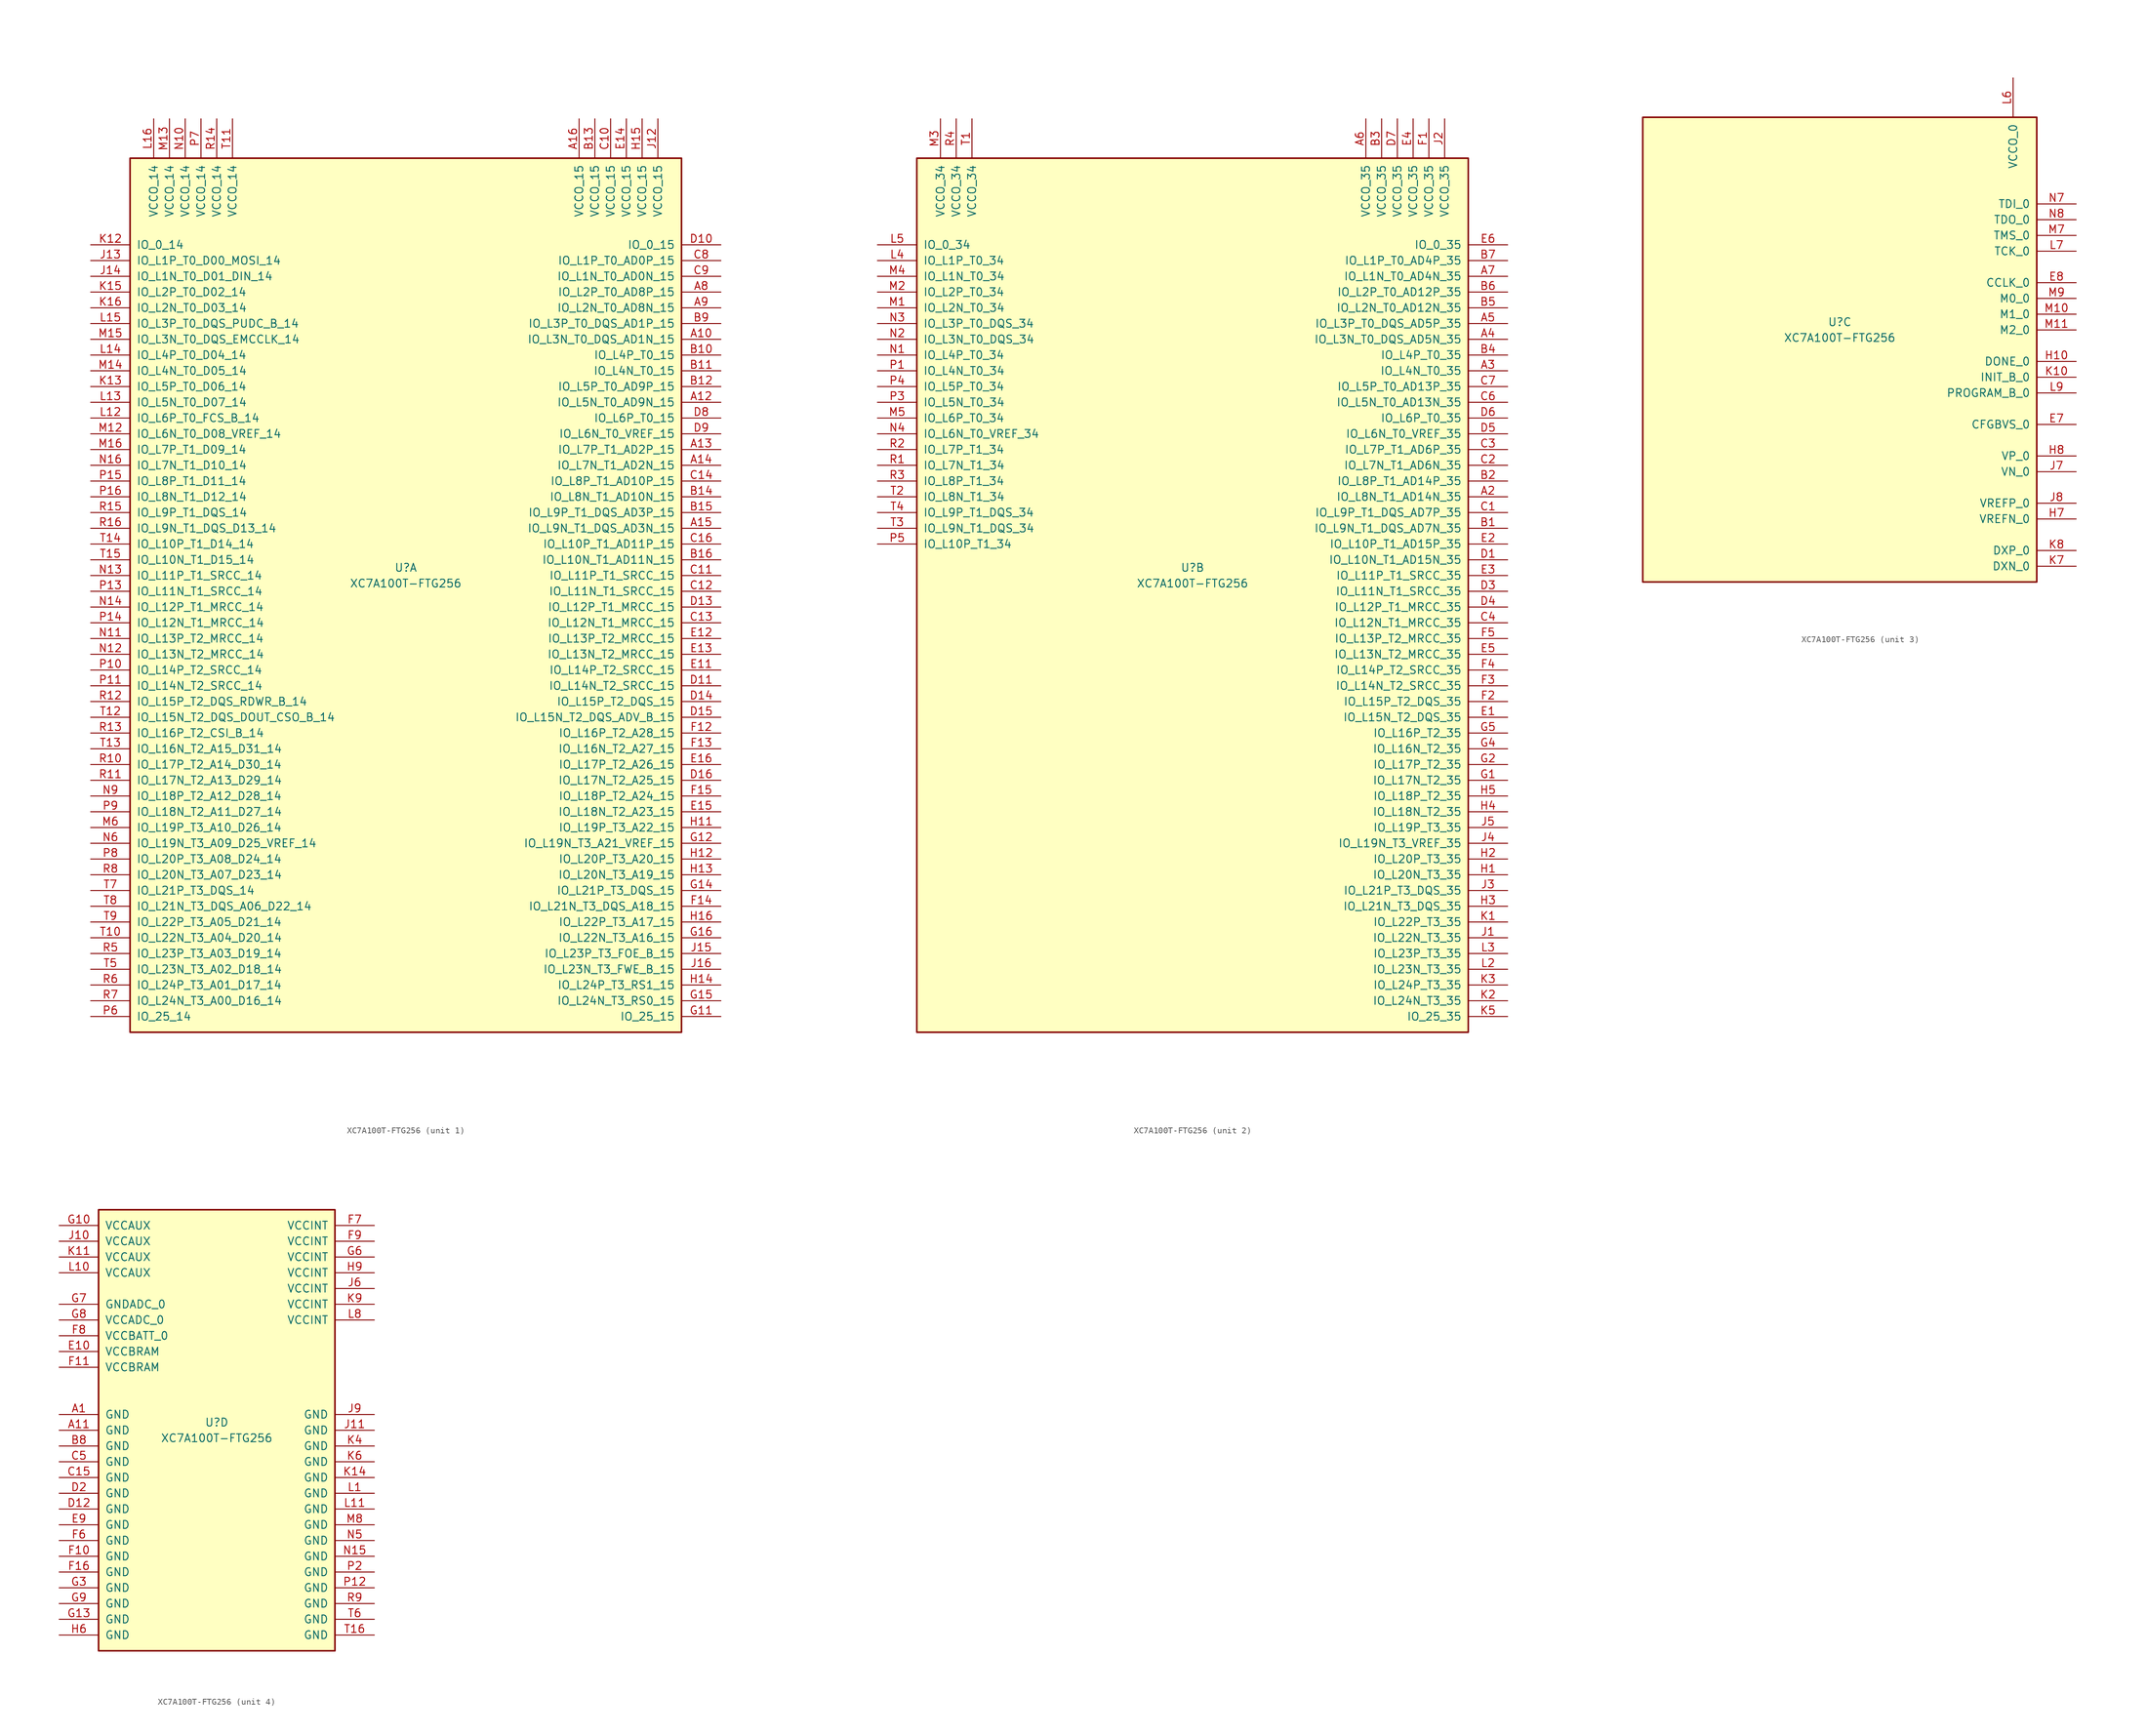
<source format=kicad_sym>
(kicad_symbol_lib
  (version 20231120)
  (generator "kicad_symbol_editor")
  (generator_version "8.0")
  (symbol "XC7A100T-FTG256"
    (pin_names
      (offset 1.016))
    (property "Reference" "U"
      (at 0 1.27 0)
      (effects (font (size 1.27 1.27))))
    (property "Value" "XC7A100T-FTG256"
      (at 0 -1.27 0)
      (effects (font (size 1.27 1.27))))
    (property "Datasheet" ""
      (at 0 0 0)
      (effects (font (size 1.27 1.27))))
    (property "ki_locked" ""
      (at 0 0 0)
      (effects (font (size 1.27 1.27))))
    (symbol "XC7A100T-FTG256_1_1"
      (rectangle (start -44.45 67.31) (end 44.45 -73.66) (stroke (width 0.254) (type solid)) (fill (type background)))
      (pin bidirectional line (at 50.8 38.1 180) (length 6.35) (name "IO_L3N_T0_DQS_AD1N_15" (effects (font (size 1.27 1.27)))) (number "A10" (effects (font (size 1.27 1.27)))))
      (pin bidirectional line (at 50.8 27.94 180) (length 6.35) (name "IO_L5N_T0_AD9N_15" (effects (font (size 1.27 1.27)))) (number "A12" (effects (font (size 1.27 1.27)))))
      (pin bidirectional line (at 50.8 20.32 180) (length 6.35) (name "IO_L7P_T1_AD2P_15" (effects (font (size 1.27 1.27)))) (number "A13" (effects (font (size 1.27 1.27)))))
      (pin bidirectional line (at 50.8 17.78 180) (length 6.35) (name "IO_L7N_T1_AD2N_15" (effects (font (size 1.27 1.27)))) (number "A14" (effects (font (size 1.27 1.27)))))
      (pin bidirectional line (at 50.8 7.62 180) (length 6.35) (name "IO_L9N_T1_DQS_AD3N_15" (effects (font (size 1.27 1.27)))) (number "A15" (effects (font (size 1.27 1.27)))))
      (pin power_in line (at 27.94 73.66 270) (length 6.35) (name "VCCO_15" (effects (font (size 1.27 1.27)))) (number "A16" (effects (font (size 1.27 1.27)))))
      (pin bidirectional line (at 50.8 45.72 180) (length 6.35) (name "IO_L2P_T0_AD8P_15" (effects (font (size 1.27 1.27)))) (number "A8" (effects (font (size 1.27 1.27)))))
      (pin bidirectional line (at 50.8 43.18 180) (length 6.35) (name "IO_L2N_T0_AD8N_15" (effects (font (size 1.27 1.27)))) (number "A9" (effects (font (size 1.27 1.27)))))
      (pin bidirectional line (at 50.8 35.56 180) (length 6.35) (name "IO_L4P_T0_15" (effects (font (size 1.27 1.27)))) (number "B10" (effects (font (size 1.27 1.27)))))
      (pin bidirectional line (at 50.8 33.02 180) (length 6.35) (name "IO_L4N_T0_15" (effects (font (size 1.27 1.27)))) (number "B11" (effects (font (size 1.27 1.27)))))
      (pin bidirectional line (at 50.8 30.48 180) (length 6.35) (name "IO_L5P_T0_AD9P_15" (effects (font (size 1.27 1.27)))) (number "B12" (effects (font (size 1.27 1.27)))))
      (pin power_in line (at 30.48 73.66 270) (length 6.35) (name "VCCO_15" (effects (font (size 1.27 1.27)))) (number "B13" (effects (font (size 1.27 1.27)))))
      (pin bidirectional line (at 50.8 12.7 180) (length 6.35) (name "IO_L8N_T1_AD10N_15" (effects (font (size 1.27 1.27)))) (number "B14" (effects (font (size 1.27 1.27)))))
      (pin bidirectional line (at 50.8 10.16 180) (length 6.35) (name "IO_L9P_T1_DQS_AD3P_15" (effects (font (size 1.27 1.27)))) (number "B15" (effects (font (size 1.27 1.27)))))
      (pin bidirectional line (at 50.8 2.54 180) (length 6.35) (name "IO_L10N_T1_AD11N_15" (effects (font (size 1.27 1.27)))) (number "B16" (effects (font (size 1.27 1.27)))))
      (pin bidirectional line (at 50.8 40.64 180) (length 6.35) (name "IO_L3P_T0_DQS_AD1P_15" (effects (font (size 1.27 1.27)))) (number "B9" (effects (font (size 1.27 1.27)))))
      (pin power_in line (at 33.02 73.66 270) (length 6.35) (name "VCCO_15" (effects (font (size 1.27 1.27)))) (number "C10" (effects (font (size 1.27 1.27)))))
      (pin bidirectional line (at 50.8 0 180) (length 6.35) (name "IO_L11P_T1_SRCC_15" (effects (font (size 1.27 1.27)))) (number "C11" (effects (font (size 1.27 1.27)))))
      (pin bidirectional line (at 50.8 -2.54 180) (length 6.35) (name "IO_L11N_T1_SRCC_15" (effects (font (size 1.27 1.27)))) (number "C12" (effects (font (size 1.27 1.27)))))
      (pin bidirectional line (at 50.8 -7.62 180) (length 6.35) (name "IO_L12N_T1_MRCC_15" (effects (font (size 1.27 1.27)))) (number "C13" (effects (font (size 1.27 1.27)))))
      (pin bidirectional line (at 50.8 15.24 180) (length 6.35) (name "IO_L8P_T1_AD10P_15" (effects (font (size 1.27 1.27)))) (number "C14" (effects (font (size 1.27 1.27)))))
      (pin bidirectional line (at 50.8 5.08 180) (length 6.35) (name "IO_L10P_T1_AD11P_15" (effects (font (size 1.27 1.27)))) (number "C16" (effects (font (size 1.27 1.27)))))
      (pin bidirectional line (at 50.8 50.8 180) (length 6.35) (name "IO_L1P_T0_AD0P_15" (effects (font (size 1.27 1.27)))) (number "C8" (effects (font (size 1.27 1.27)))))
      (pin bidirectional line (at 50.8 48.26 180) (length 6.35) (name "IO_L1N_T0_AD0N_15" (effects (font (size 1.27 1.27)))) (number "C9" (effects (font (size 1.27 1.27)))))
      (pin bidirectional line (at 50.8 53.34 180) (length 6.35) (name "IO_0_15" (effects (font (size 1.27 1.27)))) (number "D10" (effects (font (size 1.27 1.27)))))
      (pin bidirectional line (at 50.8 -17.78 180) (length 6.35) (name "IO_L14N_T2_SRCC_15" (effects (font (size 1.27 1.27)))) (number "D11" (effects (font (size 1.27 1.27)))))
      (pin bidirectional line (at 50.8 -5.08 180) (length 6.35) (name "IO_L12P_T1_MRCC_15" (effects (font (size 1.27 1.27)))) (number "D13" (effects (font (size 1.27 1.27)))))
      (pin bidirectional line (at 50.8 -20.32 180) (length 6.35) (name "IO_L15P_T2_DQS_15" (effects (font (size 1.27 1.27)))) (number "D14" (effects (font (size 1.27 1.27)))))
      (pin bidirectional line (at 50.8 -22.86 180) (length 6.35) (name "IO_L15N_T2_DQS_ADV_B_15" (effects (font (size 1.27 1.27)))) (number "D15" (effects (font (size 1.27 1.27)))))
      (pin bidirectional line (at 50.8 -33.02 180) (length 6.35) (name "IO_L17N_T2_A25_15" (effects (font (size 1.27 1.27)))) (number "D16" (effects (font (size 1.27 1.27)))))
      (pin bidirectional line (at 50.8 25.4 180) (length 6.35) (name "IO_L6P_T0_15" (effects (font (size 1.27 1.27)))) (number "D8" (effects (font (size 1.27 1.27)))))
      (pin bidirectional line (at 50.8 22.86 180) (length 6.35) (name "IO_L6N_T0_VREF_15" (effects (font (size 1.27 1.27)))) (number "D9" (effects (font (size 1.27 1.27)))))
      (pin bidirectional line (at 50.8 -15.24 180) (length 6.35) (name "IO_L14P_T2_SRCC_15" (effects (font (size 1.27 1.27)))) (number "E11" (effects (font (size 1.27 1.27)))))
      (pin bidirectional line (at 50.8 -10.16 180) (length 6.35) (name "IO_L13P_T2_MRCC_15" (effects (font (size 1.27 1.27)))) (number "E12" (effects (font (size 1.27 1.27)))))
      (pin bidirectional line (at 50.8 -12.7 180) (length 6.35) (name "IO_L13N_T2_MRCC_15" (effects (font (size 1.27 1.27)))) (number "E13" (effects (font (size 1.27 1.27)))))
      (pin power_in line (at 35.56 73.66 270) (length 6.35) (name "VCCO_15" (effects (font (size 1.27 1.27)))) (number "E14" (effects (font (size 1.27 1.27)))))
      (pin bidirectional line (at 50.8 -38.1 180) (length 6.35) (name "IO_L18N_T2_A23_15" (effects (font (size 1.27 1.27)))) (number "E15" (effects (font (size 1.27 1.27)))))
      (pin bidirectional line (at 50.8 -30.48 180) (length 6.35) (name "IO_L17P_T2_A26_15" (effects (font (size 1.27 1.27)))) (number "E16" (effects (font (size 1.27 1.27)))))
      (pin bidirectional line (at 50.8 -25.4 180) (length 6.35) (name "IO_L16P_T2_A28_15" (effects (font (size 1.27 1.27)))) (number "F12" (effects (font (size 1.27 1.27)))))
      (pin bidirectional line (at 50.8 -27.94 180) (length 6.35) (name "IO_L16N_T2_A27_15" (effects (font (size 1.27 1.27)))) (number "F13" (effects (font (size 1.27 1.27)))))
      (pin bidirectional line (at 50.8 -53.34 180) (length 6.35) (name "IO_L21N_T3_DQS_A18_15" (effects (font (size 1.27 1.27)))) (number "F14" (effects (font (size 1.27 1.27)))))
      (pin bidirectional line (at 50.8 -35.56 180) (length 6.35) (name "IO_L18P_T2_A24_15" (effects (font (size 1.27 1.27)))) (number "F15" (effects (font (size 1.27 1.27)))))
      (pin bidirectional line (at 50.8 -71.12 180) (length 6.35) (name "IO_25_15" (effects (font (size 1.27 1.27)))) (number "G11" (effects (font (size 1.27 1.27)))))
      (pin bidirectional line (at 50.8 -43.18 180) (length 6.35) (name "IO_L19N_T3_A21_VREF_15" (effects (font (size 1.27 1.27)))) (number "G12" (effects (font (size 1.27 1.27)))))
      (pin bidirectional line (at 50.8 -50.8 180) (length 6.35) (name "IO_L21P_T3_DQS_15" (effects (font (size 1.27 1.27)))) (number "G14" (effects (font (size 1.27 1.27)))))
      (pin bidirectional line (at 50.8 -68.58 180) (length 6.35) (name "IO_L24N_T3_RS0_15" (effects (font (size 1.27 1.27)))) (number "G15" (effects (font (size 1.27 1.27)))))
      (pin bidirectional line (at 50.8 -58.42 180) (length 6.35) (name "IO_L22N_T3_A16_15" (effects (font (size 1.27 1.27)))) (number "G16" (effects (font (size 1.27 1.27)))))
      (pin bidirectional line (at 50.8 -40.64 180) (length 6.35) (name "IO_L19P_T3_A22_15" (effects (font (size 1.27 1.27)))) (number "H11" (effects (font (size 1.27 1.27)))))
      (pin bidirectional line (at 50.8 -45.72 180) (length 6.35) (name "IO_L20P_T3_A20_15" (effects (font (size 1.27 1.27)))) (number "H12" (effects (font (size 1.27 1.27)))))
      (pin bidirectional line (at 50.8 -48.26 180) (length 6.35) (name "IO_L20N_T3_A19_15" (effects (font (size 1.27 1.27)))) (number "H13" (effects (font (size 1.27 1.27)))))
      (pin bidirectional line (at 50.8 -66.04 180) (length 6.35) (name "IO_L24P_T3_RS1_15" (effects (font (size 1.27 1.27)))) (number "H14" (effects (font (size 1.27 1.27)))))
      (pin power_in line (at 38.1 73.66 270) (length 6.35) (name "VCCO_15" (effects (font (size 1.27 1.27)))) (number "H15" (effects (font (size 1.27 1.27)))))
      (pin bidirectional line (at 50.8 -55.88 180) (length 6.35) (name "IO_L22P_T3_A17_15" (effects (font (size 1.27 1.27)))) (number "H16" (effects (font (size 1.27 1.27)))))
      (pin power_in line (at 40.64 73.66 270) (length 6.35) (name "VCCO_15" (effects (font (size 1.27 1.27)))) (number "J12" (effects (font (size 1.27 1.27)))))
      (pin bidirectional line (at -50.8 50.8 0) (length 6.35) (name "IO_L1P_T0_D00_MOSI_14" (effects (font (size 1.27 1.27)))) (number "J13" (effects (font (size 1.27 1.27)))))
      (pin bidirectional line (at -50.8 48.26 0) (length 6.35) (name "IO_L1N_T0_D01_DIN_14" (effects (font (size 1.27 1.27)))) (number "J14" (effects (font (size 1.27 1.27)))))
      (pin bidirectional line (at 50.8 -60.96 180) (length 6.35) (name "IO_L23P_T3_FOE_B_15" (effects (font (size 1.27 1.27)))) (number "J15" (effects (font (size 1.27 1.27)))))
      (pin bidirectional line (at 50.8 -63.5 180) (length 6.35) (name "IO_L23N_T3_FWE_B_15" (effects (font (size 1.27 1.27)))) (number "J16" (effects (font (size 1.27 1.27)))))
      (pin bidirectional line (at -50.8 53.34 0) (length 6.35) (name "IO_0_14" (effects (font (size 1.27 1.27)))) (number "K12" (effects (font (size 1.27 1.27)))))
      (pin bidirectional line (at -50.8 30.48 0) (length 6.35) (name "IO_L5P_T0_D06_14" (effects (font (size 1.27 1.27)))) (number "K13" (effects (font (size 1.27 1.27)))))
      (pin bidirectional line (at -50.8 45.72 0) (length 6.35) (name "IO_L2P_T0_D02_14" (effects (font (size 1.27 1.27)))) (number "K15" (effects (font (size 1.27 1.27)))))
      (pin bidirectional line (at -50.8 43.18 0) (length 6.35) (name "IO_L2N_T0_D03_14" (effects (font (size 1.27 1.27)))) (number "K16" (effects (font (size 1.27 1.27)))))
      (pin bidirectional line (at -50.8 25.4 0) (length 6.35) (name "IO_L6P_T0_FCS_B_14" (effects (font (size 1.27 1.27)))) (number "L12" (effects (font (size 1.27 1.27)))))
      (pin bidirectional line (at -50.8 27.94 0) (length 6.35) (name "IO_L5N_T0_D07_14" (effects (font (size 1.27 1.27)))) (number "L13" (effects (font (size 1.27 1.27)))))
      (pin bidirectional line (at -50.8 35.56 0) (length 6.35) (name "IO_L4P_T0_D04_14" (effects (font (size 1.27 1.27)))) (number "L14" (effects (font (size 1.27 1.27)))))
      (pin bidirectional line (at -50.8 40.64 0) (length 6.35) (name "IO_L3P_T0_DQS_PUDC_B_14" (effects (font (size 1.27 1.27)))) (number "L15" (effects (font (size 1.27 1.27)))))
      (pin power_in line (at -40.64 73.66 270) (length 6.35) (name "VCCO_14" (effects (font (size 1.27 1.27)))) (number "L16" (effects (font (size 1.27 1.27)))))
      (pin bidirectional line (at -50.8 22.86 0) (length 6.35) (name "IO_L6N_T0_D08_VREF_14" (effects (font (size 1.27 1.27)))) (number "M12" (effects (font (size 1.27 1.27)))))
      (pin power_in line (at -38.1 73.66 270) (length 6.35) (name "VCCO_14" (effects (font (size 1.27 1.27)))) (number "M13" (effects (font (size 1.27 1.27)))))
      (pin bidirectional line (at -50.8 33.02 0) (length 6.35) (name "IO_L4N_T0_D05_14" (effects (font (size 1.27 1.27)))) (number "M14" (effects (font (size 1.27 1.27)))))
      (pin bidirectional line (at -50.8 38.1 0) (length 6.35) (name "IO_L3N_T0_DQS_EMCCLK_14" (effects (font (size 1.27 1.27)))) (number "M15" (effects (font (size 1.27 1.27)))))
      (pin bidirectional line (at -50.8 20.32 0) (length 6.35) (name "IO_L7P_T1_D09_14" (effects (font (size 1.27 1.27)))) (number "M16" (effects (font (size 1.27 1.27)))))
      (pin bidirectional line (at -50.8 -40.64 0) (length 6.35) (name "IO_L19P_T3_A10_D26_14" (effects (font (size 1.27 1.27)))) (number "M6" (effects (font (size 1.27 1.27)))))
      (pin power_in line (at -35.56 73.66 270) (length 6.35) (name "VCCO_14" (effects (font (size 1.27 1.27)))) (number "N10" (effects (font (size 1.27 1.27)))))
      (pin bidirectional line (at -50.8 -10.16 0) (length 6.35) (name "IO_L13P_T2_MRCC_14" (effects (font (size 1.27 1.27)))) (number "N11" (effects (font (size 1.27 1.27)))))
      (pin bidirectional line (at -50.8 -12.7 0) (length 6.35) (name "IO_L13N_T2_MRCC_14" (effects (font (size 1.27 1.27)))) (number "N12" (effects (font (size 1.27 1.27)))))
      (pin bidirectional line (at -50.8 0 0) (length 6.35) (name "IO_L11P_T1_SRCC_14" (effects (font (size 1.27 1.27)))) (number "N13" (effects (font (size 1.27 1.27)))))
      (pin bidirectional line (at -50.8 -5.08 0) (length 6.35) (name "IO_L12P_T1_MRCC_14" (effects (font (size 1.27 1.27)))) (number "N14" (effects (font (size 1.27 1.27)))))
      (pin bidirectional line (at -50.8 17.78 0) (length 6.35) (name "IO_L7N_T1_D10_14" (effects (font (size 1.27 1.27)))) (number "N16" (effects (font (size 1.27 1.27)))))
      (pin bidirectional line (at -50.8 -43.18 0) (length 6.35) (name "IO_L19N_T3_A09_D25_VREF_14" (effects (font (size 1.27 1.27)))) (number "N6" (effects (font (size 1.27 1.27)))))
      (pin bidirectional line (at -50.8 -35.56 0) (length 6.35) (name "IO_L18P_T2_A12_D28_14" (effects (font (size 1.27 1.27)))) (number "N9" (effects (font (size 1.27 1.27)))))
      (pin bidirectional line (at -50.8 -15.24 0) (length 6.35) (name "IO_L14P_T2_SRCC_14" (effects (font (size 1.27 1.27)))) (number "P10" (effects (font (size 1.27 1.27)))))
      (pin bidirectional line (at -50.8 -17.78 0) (length 6.35) (name "IO_L14N_T2_SRCC_14" (effects (font (size 1.27 1.27)))) (number "P11" (effects (font (size 1.27 1.27)))))
      (pin bidirectional line (at -50.8 -2.54 0) (length 6.35) (name "IO_L11N_T1_SRCC_14" (effects (font (size 1.27 1.27)))) (number "P13" (effects (font (size 1.27 1.27)))))
      (pin bidirectional line (at -50.8 -7.62 0) (length 6.35) (name "IO_L12N_T1_MRCC_14" (effects (font (size 1.27 1.27)))) (number "P14" (effects (font (size 1.27 1.27)))))
      (pin bidirectional line (at -50.8 15.24 0) (length 6.35) (name "IO_L8P_T1_D11_14" (effects (font (size 1.27 1.27)))) (number "P15" (effects (font (size 1.27 1.27)))))
      (pin bidirectional line (at -50.8 12.7 0) (length 6.35) (name "IO_L8N_T1_D12_14" (effects (font (size 1.27 1.27)))) (number "P16" (effects (font (size 1.27 1.27)))))
      (pin bidirectional line (at -50.8 -71.12 0) (length 6.35) (name "IO_25_14" (effects (font (size 1.27 1.27)))) (number "P6" (effects (font (size 1.27 1.27)))))
      (pin power_in line (at -33.02 73.66 270) (length 6.35) (name "VCCO_14" (effects (font (size 1.27 1.27)))) (number "P7" (effects (font (size 1.27 1.27)))))
      (pin bidirectional line (at -50.8 -45.72 0) (length 6.35) (name "IO_L20P_T3_A08_D24_14" (effects (font (size 1.27 1.27)))) (number "P8" (effects (font (size 1.27 1.27)))))
      (pin bidirectional line (at -50.8 -38.1 0) (length 6.35) (name "IO_L18N_T2_A11_D27_14" (effects (font (size 1.27 1.27)))) (number "P9" (effects (font (size 1.27 1.27)))))
      (pin bidirectional line (at -50.8 -30.48 0) (length 6.35) (name "IO_L17P_T2_A14_D30_14" (effects (font (size 1.27 1.27)))) (number "R10" (effects (font (size 1.27 1.27)))))
      (pin bidirectional line (at -50.8 -33.02 0) (length 6.35) (name "IO_L17N_T2_A13_D29_14" (effects (font (size 1.27 1.27)))) (number "R11" (effects (font (size 1.27 1.27)))))
      (pin bidirectional line (at -50.8 -20.32 0) (length 6.35) (name "IO_L15P_T2_DQS_RDWR_B_14" (effects (font (size 1.27 1.27)))) (number "R12" (effects (font (size 1.27 1.27)))))
      (pin bidirectional line (at -50.8 -25.4 0) (length 6.35) (name "IO_L16P_T2_CSI_B_14" (effects (font (size 1.27 1.27)))) (number "R13" (effects (font (size 1.27 1.27)))))
      (pin power_in line (at -30.48 73.66 270) (length 6.35) (name "VCCO_14" (effects (font (size 1.27 1.27)))) (number "R14" (effects (font (size 1.27 1.27)))))
      (pin bidirectional line (at -50.8 10.16 0) (length 6.35) (name "IO_L9P_T1_DQS_14" (effects (font (size 1.27 1.27)))) (number "R15" (effects (font (size 1.27 1.27)))))
      (pin bidirectional line (at -50.8 7.62 0) (length 6.35) (name "IO_L9N_T1_DQS_D13_14" (effects (font (size 1.27 1.27)))) (number "R16" (effects (font (size 1.27 1.27)))))
      (pin bidirectional line (at -50.8 -60.96 0) (length 6.35) (name "IO_L23P_T3_A03_D19_14" (effects (font (size 1.27 1.27)))) (number "R5" (effects (font (size 1.27 1.27)))))
      (pin bidirectional line (at -50.8 -66.04 0) (length 6.35) (name "IO_L24P_T3_A01_D17_14" (effects (font (size 1.27 1.27)))) (number "R6" (effects (font (size 1.27 1.27)))))
      (pin bidirectional line (at -50.8 -68.58 0) (length 6.35) (name "IO_L24N_T3_A00_D16_14" (effects (font (size 1.27 1.27)))) (number "R7" (effects (font (size 1.27 1.27)))))
      (pin bidirectional line (at -50.8 -48.26 0) (length 6.35) (name "IO_L20N_T3_A07_D23_14" (effects (font (size 1.27 1.27)))) (number "R8" (effects (font (size 1.27 1.27)))))
      (pin bidirectional line (at -50.8 -58.42 0) (length 6.35) (name "IO_L22N_T3_A04_D20_14" (effects (font (size 1.27 1.27)))) (number "T10" (effects (font (size 1.27 1.27)))))
      (pin power_in line (at -27.94 73.66 270) (length 6.35) (name "VCCO_14" (effects (font (size 1.27 1.27)))) (number "T11" (effects (font (size 1.27 1.27)))))
      (pin bidirectional line (at -50.8 -22.86 0) (length 6.35) (name "IO_L15N_T2_DQS_DOUT_CSO_B_14" (effects (font (size 1.27 1.27)))) (number "T12" (effects (font (size 1.27 1.27)))))
      (pin bidirectional line (at -50.8 -27.94 0) (length 6.35) (name "IO_L16N_T2_A15_D31_14" (effects (font (size 1.27 1.27)))) (number "T13" (effects (font (size 1.27 1.27)))))
      (pin bidirectional line (at -50.8 5.08 0) (length 6.35) (name "IO_L10P_T1_D14_14" (effects (font (size 1.27 1.27)))) (number "T14" (effects (font (size 1.27 1.27)))))
      (pin bidirectional line (at -50.8 2.54 0) (length 6.35) (name "IO_L10N_T1_D15_14" (effects (font (size 1.27 1.27)))) (number "T15" (effects (font (size 1.27 1.27)))))
      (pin bidirectional line (at -50.8 -63.5 0) (length 6.35) (name "IO_L23N_T3_A02_D18_14" (effects (font (size 1.27 1.27)))) (number "T5" (effects (font (size 1.27 1.27)))))
      (pin bidirectional line (at -50.8 -50.8 0) (length 6.35) (name "IO_L21P_T3_DQS_14" (effects (font (size 1.27 1.27)))) (number "T7" (effects (font (size 1.27 1.27)))))
      (pin bidirectional line (at -50.8 -53.34 0) (length 6.35) (name "IO_L21N_T3_DQS_A06_D22_14" (effects (font (size 1.27 1.27)))) (number "T8" (effects (font (size 1.27 1.27)))))
      (pin bidirectional line (at -50.8 -55.88 0) (length 6.35) (name "IO_L22P_T3_A05_D21_14" (effects (font (size 1.27 1.27)))) (number "T9" (effects (font (size 1.27 1.27))))))
    (symbol "XC7A100T-FTG256_2_1"
      (rectangle (start -44.45 67.31) (end 44.45 -73.66) (stroke (width 0.254) (type solid)) (fill (type background)))
      (pin bidirectional line (at 50.8 12.7 180) (length 6.35) (name "IO_L8N_T1_AD14N_35" (effects (font (size 1.27 1.27)))) (number "A2" (effects (font (size 1.27 1.27)))))
      (pin bidirectional line (at 50.8 33.02 180) (length 6.35) (name "IO_L4N_T0_35" (effects (font (size 1.27 1.27)))) (number "A3" (effects (font (size 1.27 1.27)))))
      (pin bidirectional line (at 50.8 38.1 180) (length 6.35) (name "IO_L3N_T0_DQS_AD5N_35" (effects (font (size 1.27 1.27)))) (number "A4" (effects (font (size 1.27 1.27)))))
      (pin bidirectional line (at 50.8 40.64 180) (length 6.35) (name "IO_L3P_T0_DQS_AD5P_35" (effects (font (size 1.27 1.27)))) (number "A5" (effects (font (size 1.27 1.27)))))
      (pin power_in line (at 27.94 73.66 270) (length 6.35) (name "VCCO_35" (effects (font (size 1.27 1.27)))) (number "A6" (effects (font (size 1.27 1.27)))))
      (pin bidirectional line (at 50.8 48.26 180) (length 6.35) (name "IO_L1N_T0_AD4N_35" (effects (font (size 1.27 1.27)))) (number "A7" (effects (font (size 1.27 1.27)))))
      (pin bidirectional line (at 50.8 7.62 180) (length 6.35) (name "IO_L9N_T1_DQS_AD7N_35" (effects (font (size 1.27 1.27)))) (number "B1" (effects (font (size 1.27 1.27)))))
      (pin bidirectional line (at 50.8 15.24 180) (length 6.35) (name "IO_L8P_T1_AD14P_35" (effects (font (size 1.27 1.27)))) (number "B2" (effects (font (size 1.27 1.27)))))
      (pin power_in line (at 30.48 73.66 270) (length 6.35) (name "VCCO_35" (effects (font (size 1.27 1.27)))) (number "B3" (effects (font (size 1.27 1.27)))))
      (pin bidirectional line (at 50.8 35.56 180) (length 6.35) (name "IO_L4P_T0_35" (effects (font (size 1.27 1.27)))) (number "B4" (effects (font (size 1.27 1.27)))))
      (pin bidirectional line (at 50.8 43.18 180) (length 6.35) (name "IO_L2N_T0_AD12N_35" (effects (font (size 1.27 1.27)))) (number "B5" (effects (font (size 1.27 1.27)))))
      (pin bidirectional line (at 50.8 45.72 180) (length 6.35) (name "IO_L2P_T0_AD12P_35" (effects (font (size 1.27 1.27)))) (number "B6" (effects (font (size 1.27 1.27)))))
      (pin bidirectional line (at 50.8 50.8 180) (length 6.35) (name "IO_L1P_T0_AD4P_35" (effects (font (size 1.27 1.27)))) (number "B7" (effects (font (size 1.27 1.27)))))
      (pin bidirectional line (at 50.8 10.16 180) (length 6.35) (name "IO_L9P_T1_DQS_AD7P_35" (effects (font (size 1.27 1.27)))) (number "C1" (effects (font (size 1.27 1.27)))))
      (pin bidirectional line (at 50.8 17.78 180) (length 6.35) (name "IO_L7N_T1_AD6N_35" (effects (font (size 1.27 1.27)))) (number "C2" (effects (font (size 1.27 1.27)))))
      (pin bidirectional line (at 50.8 20.32 180) (length 6.35) (name "IO_L7P_T1_AD6P_35" (effects (font (size 1.27 1.27)))) (number "C3" (effects (font (size 1.27 1.27)))))
      (pin bidirectional line (at 50.8 -7.62 180) (length 6.35) (name "IO_L12N_T1_MRCC_35" (effects (font (size 1.27 1.27)))) (number "C4" (effects (font (size 1.27 1.27)))))
      (pin bidirectional line (at 50.8 27.94 180) (length 6.35) (name "IO_L5N_T0_AD13N_35" (effects (font (size 1.27 1.27)))) (number "C6" (effects (font (size 1.27 1.27)))))
      (pin bidirectional line (at 50.8 30.48 180) (length 6.35) (name "IO_L5P_T0_AD13P_35" (effects (font (size 1.27 1.27)))) (number "C7" (effects (font (size 1.27 1.27)))))
      (pin bidirectional line (at 50.8 2.54 180) (length 6.35) (name "IO_L10N_T1_AD15N_35" (effects (font (size 1.27 1.27)))) (number "D1" (effects (font (size 1.27 1.27)))))
      (pin bidirectional line (at 50.8 -2.54 180) (length 6.35) (name "IO_L11N_T1_SRCC_35" (effects (font (size 1.27 1.27)))) (number "D3" (effects (font (size 1.27 1.27)))))
      (pin bidirectional line (at 50.8 -5.08 180) (length 6.35) (name "IO_L12P_T1_MRCC_35" (effects (font (size 1.27 1.27)))) (number "D4" (effects (font (size 1.27 1.27)))))
      (pin bidirectional line (at 50.8 22.86 180) (length 6.35) (name "IO_L6N_T0_VREF_35" (effects (font (size 1.27 1.27)))) (number "D5" (effects (font (size 1.27 1.27)))))
      (pin bidirectional line (at 50.8 25.4 180) (length 6.35) (name "IO_L6P_T0_35" (effects (font (size 1.27 1.27)))) (number "D6" (effects (font (size 1.27 1.27)))))
      (pin power_in line (at 33.02 73.66 270) (length 6.35) (name "VCCO_35" (effects (font (size 1.27 1.27)))) (number "D7" (effects (font (size 1.27 1.27)))))
      (pin bidirectional line (at 50.8 -22.86 180) (length 6.35) (name "IO_L15N_T2_DQS_35" (effects (font (size 1.27 1.27)))) (number "E1" (effects (font (size 1.27 1.27)))))
      (pin bidirectional line (at 50.8 5.08 180) (length 6.35) (name "IO_L10P_T1_AD15P_35" (effects (font (size 1.27 1.27)))) (number "E2" (effects (font (size 1.27 1.27)))))
      (pin bidirectional line (at 50.8 0 180) (length 6.35) (name "IO_L11P_T1_SRCC_35" (effects (font (size 1.27 1.27)))) (number "E3" (effects (font (size 1.27 1.27)))))
      (pin power_in line (at 35.56 73.66 270) (length 6.35) (name "VCCO_35" (effects (font (size 1.27 1.27)))) (number "E4" (effects (font (size 1.27 1.27)))))
      (pin bidirectional line (at 50.8 -12.7 180) (length 6.35) (name "IO_L13N_T2_MRCC_35" (effects (font (size 1.27 1.27)))) (number "E5" (effects (font (size 1.27 1.27)))))
      (pin bidirectional line (at 50.8 53.34 180) (length 6.35) (name "IO_0_35" (effects (font (size 1.27 1.27)))) (number "E6" (effects (font (size 1.27 1.27)))))
      (pin power_in line (at 38.1 73.66 270) (length 6.35) (name "VCCO_35" (effects (font (size 1.27 1.27)))) (number "F1" (effects (font (size 1.27 1.27)))))
      (pin bidirectional line (at 50.8 -20.32 180) (length 6.35) (name "IO_L15P_T2_DQS_35" (effects (font (size 1.27 1.27)))) (number "F2" (effects (font (size 1.27 1.27)))))
      (pin bidirectional line (at 50.8 -17.78 180) (length 6.35) (name "IO_L14N_T2_SRCC_35" (effects (font (size 1.27 1.27)))) (number "F3" (effects (font (size 1.27 1.27)))))
      (pin bidirectional line (at 50.8 -15.24 180) (length 6.35) (name "IO_L14P_T2_SRCC_35" (effects (font (size 1.27 1.27)))) (number "F4" (effects (font (size 1.27 1.27)))))
      (pin bidirectional line (at 50.8 -10.16 180) (length 6.35) (name "IO_L13P_T2_MRCC_35" (effects (font (size 1.27 1.27)))) (number "F5" (effects (font (size 1.27 1.27)))))
      (pin bidirectional line (at 50.8 -33.02 180) (length 6.35) (name "IO_L17N_T2_35" (effects (font (size 1.27 1.27)))) (number "G1" (effects (font (size 1.27 1.27)))))
      (pin bidirectional line (at 50.8 -30.48 180) (length 6.35) (name "IO_L17P_T2_35" (effects (font (size 1.27 1.27)))) (number "G2" (effects (font (size 1.27 1.27)))))
      (pin bidirectional line (at 50.8 -27.94 180) (length 6.35) (name "IO_L16N_T2_35" (effects (font (size 1.27 1.27)))) (number "G4" (effects (font (size 1.27 1.27)))))
      (pin bidirectional line (at 50.8 -25.4 180) (length 6.35) (name "IO_L16P_T2_35" (effects (font (size 1.27 1.27)))) (number "G5" (effects (font (size 1.27 1.27)))))
      (pin bidirectional line (at 50.8 -48.26 180) (length 6.35) (name "IO_L20N_T3_35" (effects (font (size 1.27 1.27)))) (number "H1" (effects (font (size 1.27 1.27)))))
      (pin bidirectional line (at 50.8 -45.72 180) (length 6.35) (name "IO_L20P_T3_35" (effects (font (size 1.27 1.27)))) (number "H2" (effects (font (size 1.27 1.27)))))
      (pin bidirectional line (at 50.8 -53.34 180) (length 6.35) (name "IO_L21N_T3_DQS_35" (effects (font (size 1.27 1.27)))) (number "H3" (effects (font (size 1.27 1.27)))))
      (pin bidirectional line (at 50.8 -38.1 180) (length 6.35) (name "IO_L18N_T2_35" (effects (font (size 1.27 1.27)))) (number "H4" (effects (font (size 1.27 1.27)))))
      (pin bidirectional line (at 50.8 -35.56 180) (length 6.35) (name "IO_L18P_T2_35" (effects (font (size 1.27 1.27)))) (number "H5" (effects (font (size 1.27 1.27)))))
      (pin bidirectional line (at 50.8 -58.42 180) (length 6.35) (name "IO_L22N_T3_35" (effects (font (size 1.27 1.27)))) (number "J1" (effects (font (size 1.27 1.27)))))
      (pin power_in line (at 40.64 73.66 270) (length 6.35) (name "VCCO_35" (effects (font (size 1.27 1.27)))) (number "J2" (effects (font (size 1.27 1.27)))))
      (pin bidirectional line (at 50.8 -50.8 180) (length 6.35) (name "IO_L21P_T3_DQS_35" (effects (font (size 1.27 1.27)))) (number "J3" (effects (font (size 1.27 1.27)))))
      (pin bidirectional line (at 50.8 -43.18 180) (length 6.35) (name "IO_L19N_T3_VREF_35" (effects (font (size 1.27 1.27)))) (number "J4" (effects (font (size 1.27 1.27)))))
      (pin bidirectional line (at 50.8 -40.64 180) (length 6.35) (name "IO_L19P_T3_35" (effects (font (size 1.27 1.27)))) (number "J5" (effects (font (size 1.27 1.27)))))
      (pin bidirectional line (at 50.8 -55.88 180) (length 6.35) (name "IO_L22P_T3_35" (effects (font (size 1.27 1.27)))) (number "K1" (effects (font (size 1.27 1.27)))))
      (pin bidirectional line (at 50.8 -68.58 180) (length 6.35) (name "IO_L24N_T3_35" (effects (font (size 1.27 1.27)))) (number "K2" (effects (font (size 1.27 1.27)))))
      (pin bidirectional line (at 50.8 -66.04 180) (length 6.35) (name "IO_L24P_T3_35" (effects (font (size 1.27 1.27)))) (number "K3" (effects (font (size 1.27 1.27)))))
      (pin bidirectional line (at 50.8 -71.12 180) (length 6.35) (name "IO_25_35" (effects (font (size 1.27 1.27)))) (number "K5" (effects (font (size 1.27 1.27)))))
      (pin bidirectional line (at 50.8 -63.5 180) (length 6.35) (name "IO_L23N_T3_35" (effects (font (size 1.27 1.27)))) (number "L2" (effects (font (size 1.27 1.27)))))
      (pin bidirectional line (at 50.8 -60.96 180) (length 6.35) (name "IO_L23P_T3_35" (effects (font (size 1.27 1.27)))) (number "L3" (effects (font (size 1.27 1.27)))))
      (pin bidirectional line (at -50.8 50.8 0) (length 6.35) (name "IO_L1P_T0_34" (effects (font (size 1.27 1.27)))) (number "L4" (effects (font (size 1.27 1.27)))))
      (pin bidirectional line (at -50.8 53.34 0) (length 6.35) (name "IO_0_34" (effects (font (size 1.27 1.27)))) (number "L5" (effects (font (size 1.27 1.27)))))
      (pin bidirectional line (at -50.8 43.18 0) (length 6.35) (name "IO_L2N_T0_34" (effects (font (size 1.27 1.27)))) (number "M1" (effects (font (size 1.27 1.27)))))
      (pin bidirectional line (at -50.8 45.72 0) (length 6.35) (name "IO_L2P_T0_34" (effects (font (size 1.27 1.27)))) (number "M2" (effects (font (size 1.27 1.27)))))
      (pin power_in line (at -40.64 73.66 270) (length 6.35) (name "VCCO_34" (effects (font (size 1.27 1.27)))) (number "M3" (effects (font (size 1.27 1.27)))))
      (pin bidirectional line (at -50.8 48.26 0) (length 6.35) (name "IO_L1N_T0_34" (effects (font (size 1.27 1.27)))) (number "M4" (effects (font (size 1.27 1.27)))))
      (pin bidirectional line (at -50.8 25.4 0) (length 6.35) (name "IO_L6P_T0_34" (effects (font (size 1.27 1.27)))) (number "M5" (effects (font (size 1.27 1.27)))))
      (pin bidirectional line (at -50.8 35.56 0) (length 6.35) (name "IO_L4P_T0_34" (effects (font (size 1.27 1.27)))) (number "N1" (effects (font (size 1.27 1.27)))))
      (pin bidirectional line (at -50.8 38.1 0) (length 6.35) (name "IO_L3N_T0_DQS_34" (effects (font (size 1.27 1.27)))) (number "N2" (effects (font (size 1.27 1.27)))))
      (pin bidirectional line (at -50.8 40.64 0) (length 6.35) (name "IO_L3P_T0_DQS_34" (effects (font (size 1.27 1.27)))) (number "N3" (effects (font (size 1.27 1.27)))))
      (pin bidirectional line (at -50.8 22.86 0) (length 6.35) (name "IO_L6N_T0_VREF_34" (effects (font (size 1.27 1.27)))) (number "N4" (effects (font (size 1.27 1.27)))))
      (pin bidirectional line (at -50.8 33.02 0) (length 6.35) (name "IO_L4N_T0_34" (effects (font (size 1.27 1.27)))) (number "P1" (effects (font (size 1.27 1.27)))))
      (pin bidirectional line (at -50.8 27.94 0) (length 6.35) (name "IO_L5N_T0_34" (effects (font (size 1.27 1.27)))) (number "P3" (effects (font (size 1.27 1.27)))))
      (pin bidirectional line (at -50.8 30.48 0) (length 6.35) (name "IO_L5P_T0_34" (effects (font (size 1.27 1.27)))) (number "P4" (effects (font (size 1.27 1.27)))))
      (pin bidirectional line (at -50.8 5.08 0) (length 6.35) (name "IO_L10P_T1_34" (effects (font (size 1.27 1.27)))) (number "P5" (effects (font (size 1.27 1.27)))))
      (pin bidirectional line (at -50.8 17.78 0) (length 6.35) (name "IO_L7N_T1_34" (effects (font (size 1.27 1.27)))) (number "R1" (effects (font (size 1.27 1.27)))))
      (pin bidirectional line (at -50.8 20.32 0) (length 6.35) (name "IO_L7P_T1_34" (effects (font (size 1.27 1.27)))) (number "R2" (effects (font (size 1.27 1.27)))))
      (pin bidirectional line (at -50.8 15.24 0) (length 6.35) (name "IO_L8P_T1_34" (effects (font (size 1.27 1.27)))) (number "R3" (effects (font (size 1.27 1.27)))))
      (pin power_in line (at -38.1 73.66 270) (length 6.35) (name "VCCO_34" (effects (font (size 1.27 1.27)))) (number "R4" (effects (font (size 1.27 1.27)))))
      (pin power_in line (at -35.56 73.66 270) (length 6.35) (name "VCCO_34" (effects (font (size 1.27 1.27)))) (number "T1" (effects (font (size 1.27 1.27)))))
      (pin bidirectional line (at -50.8 12.7 0) (length 6.35) (name "IO_L8N_T1_34" (effects (font (size 1.27 1.27)))) (number "T2" (effects (font (size 1.27 1.27)))))
      (pin bidirectional line (at -50.8 7.62 0) (length 6.35) (name "IO_L9N_T1_DQS_34" (effects (font (size 1.27 1.27)))) (number "T3" (effects (font (size 1.27 1.27)))))
      (pin bidirectional line (at -50.8 10.16 0) (length 6.35) (name "IO_L9P_T1_DQS_34" (effects (font (size 1.27 1.27)))) (number "T4" (effects (font (size 1.27 1.27))))))
    (symbol "XC7A100T-FTG256_3_1"
      (rectangle (start -31.75 34.29) (end 31.75 -40.64) (stroke (width 0.254) (type solid)) (fill (type background)))
      (pin bidirectional line (at 38.1 -15.24 180) (length 6.35) (name "CFGBVS_0" (effects (font (size 1.27 1.27)))) (number "E7" (effects (font (size 1.27 1.27)))))
      (pin bidirectional line (at 38.1 7.62 180) (length 6.35) (name "CCLK_0" (effects (font (size 1.27 1.27)))) (number "E8" (effects (font (size 1.27 1.27)))))
      (pin bidirectional line (at 38.1 -5.08 180) (length 6.35) (name "DONE_0" (effects (font (size 1.27 1.27)))) (number "H10" (effects (font (size 1.27 1.27)))))
      (pin bidirectional line (at 38.1 -30.48 180) (length 6.35) (name "VREFN_0" (effects (font (size 1.27 1.27)))) (number "H7" (effects (font (size 1.27 1.27)))))
      (pin bidirectional line (at 38.1 -20.32 180) (length 6.35) (name "VP_0" (effects (font (size 1.27 1.27)))) (number "H8" (effects (font (size 1.27 1.27)))))
      (pin bidirectional line (at 38.1 -22.86 180) (length 6.35) (name "VN_0" (effects (font (size 1.27 1.27)))) (number "J7" (effects (font (size 1.27 1.27)))))
      (pin bidirectional line (at 38.1 -27.94 180) (length 6.35) (name "VREFP_0" (effects (font (size 1.27 1.27)))) (number "J8" (effects (font (size 1.27 1.27)))))
      (pin bidirectional line (at 38.1 -7.62 180) (length 6.35) (name "INIT_B_0" (effects (font (size 1.27 1.27)))) (number "K10" (effects (font (size 1.27 1.27)))))
      (pin bidirectional line (at 38.1 -38.1 180) (length 6.35) (name "DXN_0" (effects (font (size 1.27 1.27)))) (number "K7" (effects (font (size 1.27 1.27)))))
      (pin bidirectional line (at 38.1 -35.56 180) (length 6.35) (name "DXP_0" (effects (font (size 1.27 1.27)))) (number "K8" (effects (font (size 1.27 1.27)))))
      (pin power_in line (at 27.94 40.64 270) (length 6.35) (name "VCCO_0" (effects (font (size 1.27 1.27)))) (number "L6" (effects (font (size 1.27 1.27)))))
      (pin bidirectional line (at 38.1 12.7 180) (length 6.35) (name "TCK_0" (effects (font (size 1.27 1.27)))) (number "L7" (effects (font (size 1.27 1.27)))))
      (pin bidirectional line (at 38.1 -10.16 180) (length 6.35) (name "PROGRAM_B_0" (effects (font (size 1.27 1.27)))) (number "L9" (effects (font (size 1.27 1.27)))))
      (pin bidirectional line (at 38.1 2.54 180) (length 6.35) (name "M1_0" (effects (font (size 1.27 1.27)))) (number "M10" (effects (font (size 1.27 1.27)))))
      (pin bidirectional line (at 38.1 0 180) (length 6.35) (name "M2_0" (effects (font (size 1.27 1.27)))) (number "M11" (effects (font (size 1.27 1.27)))))
      (pin bidirectional line (at 38.1 15.24 180) (length 6.35) (name "TMS_0" (effects (font (size 1.27 1.27)))) (number "M7" (effects (font (size 1.27 1.27)))))
      (pin bidirectional line (at 38.1 5.08 180) (length 6.35) (name "M0_0" (effects (font (size 1.27 1.27)))) (number "M9" (effects (font (size 1.27 1.27)))))
      (pin bidirectional line (at 38.1 20.32 180) (length 6.35) (name "TDI_0" (effects (font (size 1.27 1.27)))) (number "N7" (effects (font (size 1.27 1.27)))))
      (pin bidirectional line (at 38.1 17.78 180) (length 6.35) (name "TDO_0" (effects (font (size 1.27 1.27)))) (number "N8" (effects (font (size 1.27 1.27))))))
    (symbol "XC7A100T-FTG256_4_1"
      (rectangle (start -19.05 35.56) (end 19.05 -35.56) (stroke (width 0.254) (type solid)) (fill (type background)))
      (pin power_in line (at -25.4 2.54 0) (length 6.35) (name "GND" (effects (font (size 1.27 1.27)))) (number "A1" (effects (font (size 1.27 1.27)))))
      (pin power_in line (at -25.4 0 0) (length 6.35) (name "GND" (effects (font (size 1.27 1.27)))) (number "A11" (effects (font (size 1.27 1.27)))))
      (pin power_in line (at -25.4 -2.54 0) (length 6.35) (name "GND" (effects (font (size 1.27 1.27)))) (number "B8" (effects (font (size 1.27 1.27)))))
      (pin power_in line (at -25.4 -7.62 0) (length 6.35) (name "GND" (effects (font (size 1.27 1.27)))) (number "C15" (effects (font (size 1.27 1.27)))))
      (pin power_in line (at -25.4 -5.08 0) (length 6.35) (name "GND" (effects (font (size 1.27 1.27)))) (number "C5" (effects (font (size 1.27 1.27)))))
      (pin power_in line (at -25.4 -12.7 0) (length 6.35) (name "GND" (effects (font (size 1.27 1.27)))) (number "D12" (effects (font (size 1.27 1.27)))))
      (pin power_in line (at -25.4 -10.16 0) (length 6.35) (name "GND" (effects (font (size 1.27 1.27)))) (number "D2" (effects (font (size 1.27 1.27)))))
      (pin power_in line (at -25.4 12.7 0) (length 6.35) (name "VCCBRAM" (effects (font (size 1.27 1.27)))) (number "E10" (effects (font (size 1.27 1.27)))))
      (pin power_in line (at -25.4 -15.24 0) (length 6.35) (name "GND" (effects (font (size 1.27 1.27)))) (number "E9" (effects (font (size 1.27 1.27)))))
      (pin power_in line (at -25.4 -20.32 0) (length 6.35) (name "GND" (effects (font (size 1.27 1.27)))) (number "F10" (effects (font (size 1.27 1.27)))))
      (pin power_in line (at -25.4 10.16 0) (length 6.35) (name "VCCBRAM" (effects (font (size 1.27 1.27)))) (number "F11" (effects (font (size 1.27 1.27)))))
      (pin power_in line (at -25.4 -22.86 0) (length 6.35) (name "GND" (effects (font (size 1.27 1.27)))) (number "F16" (effects (font (size 1.27 1.27)))))
      (pin power_in line (at -25.4 -17.78 0) (length 6.35) (name "GND" (effects (font (size 1.27 1.27)))) (number "F6" (effects (font (size 1.27 1.27)))))
      (pin power_in line (at 25.4 33.02 180) (length 6.35) (name "VCCINT" (effects (font (size 1.27 1.27)))) (number "F7" (effects (font (size 1.27 1.27)))))
      (pin power_in line (at -25.4 15.24 0) (length 6.35) (name "VCCBATT_0" (effects (font (size 1.27 1.27)))) (number "F8" (effects (font (size 1.27 1.27)))))
      (pin power_in line (at 25.4 30.48 180) (length 6.35) (name "VCCINT" (effects (font (size 1.27 1.27)))) (number "F9" (effects (font (size 1.27 1.27)))))
      (pin power_in line (at -25.4 33.02 0) (length 6.35) (name "VCCAUX" (effects (font (size 1.27 1.27)))) (number "G10" (effects (font (size 1.27 1.27)))))
      (pin power_in line (at -25.4 -30.48 0) (length 6.35) (name "GND" (effects (font (size 1.27 1.27)))) (number "G13" (effects (font (size 1.27 1.27)))))
      (pin power_in line (at -25.4 -25.4 0) (length 6.35) (name "GND" (effects (font (size 1.27 1.27)))) (number "G3" (effects (font (size 1.27 1.27)))))
      (pin power_in line (at 25.4 27.94 180) (length 6.35) (name "VCCINT" (effects (font (size 1.27 1.27)))) (number "G6" (effects (font (size 1.27 1.27)))))
      (pin power_in line (at -25.4 20.32 0) (length 6.35) (name "GNDADC_0" (effects (font (size 1.27 1.27)))) (number "G7" (effects (font (size 1.27 1.27)))))
      (pin power_in line (at -25.4 17.78 0) (length 6.35) (name "VCCADC_0" (effects (font (size 1.27 1.27)))) (number "G8" (effects (font (size 1.27 1.27)))))
      (pin power_in line (at -25.4 -27.94 0) (length 6.35) (name "GND" (effects (font (size 1.27 1.27)))) (number "G9" (effects (font (size 1.27 1.27)))))
      (pin power_in line (at -25.4 -33.02 0) (length 6.35) (name "GND" (effects (font (size 1.27 1.27)))) (number "H6" (effects (font (size 1.27 1.27)))))
      (pin power_in line (at 25.4 25.4 180) (length 6.35) (name "VCCINT" (effects (font (size 1.27 1.27)))) (number "H9" (effects (font (size 1.27 1.27)))))
      (pin power_in line (at -25.4 30.48 0) (length 6.35) (name "VCCAUX" (effects (font (size 1.27 1.27)))) (number "J10" (effects (font (size 1.27 1.27)))))
      (pin power_in line (at 25.4 0 180) (length 6.35) (name "GND" (effects (font (size 1.27 1.27)))) (number "J11" (effects (font (size 1.27 1.27)))))
      (pin power_in line (at 25.4 22.86 180) (length 6.35) (name "VCCINT" (effects (font (size 1.27 1.27)))) (number "J6" (effects (font (size 1.27 1.27)))))
      (pin power_in line (at 25.4 2.54 180) (length 6.35) (name "GND" (effects (font (size 1.27 1.27)))) (number "J9" (effects (font (size 1.27 1.27)))))
      (pin power_in line (at -25.4 27.94 0) (length 6.35) (name "VCCAUX" (effects (font (size 1.27 1.27)))) (number "K11" (effects (font (size 1.27 1.27)))))
      (pin power_in line (at 25.4 -7.62 180) (length 6.35) (name "GND" (effects (font (size 1.27 1.27)))) (number "K14" (effects (font (size 1.27 1.27)))))
      (pin power_in line (at 25.4 -2.54 180) (length 6.35) (name "GND" (effects (font (size 1.27 1.27)))) (number "K4" (effects (font (size 1.27 1.27)))))
      (pin power_in line (at 25.4 -5.08 180) (length 6.35) (name "GND" (effects (font (size 1.27 1.27)))) (number "K6" (effects (font (size 1.27 1.27)))))
      (pin power_in line (at 25.4 20.32 180) (length 6.35) (name "VCCINT" (effects (font (size 1.27 1.27)))) (number "K9" (effects (font (size 1.27 1.27)))))
      (pin power_in line (at 25.4 -10.16 180) (length 6.35) (name "GND" (effects (font (size 1.27 1.27)))) (number "L1" (effects (font (size 1.27 1.27)))))
      (pin power_in line (at -25.4 25.4 0) (length 6.35) (name "VCCAUX" (effects (font (size 1.27 1.27)))) (number "L10" (effects (font (size 1.27 1.27)))))
      (pin power_in line (at 25.4 -12.7 180) (length 6.35) (name "GND" (effects (font (size 1.27 1.27)))) (number "L11" (effects (font (size 1.27 1.27)))))
      (pin power_in line (at 25.4 17.78 180) (length 6.35) (name "VCCINT" (effects (font (size 1.27 1.27)))) (number "L8" (effects (font (size 1.27 1.27)))))
      (pin power_in line (at 25.4 -15.24 180) (length 6.35) (name "GND" (effects (font (size 1.27 1.27)))) (number "M8" (effects (font (size 1.27 1.27)))))
      (pin power_in line (at 25.4 -20.32 180) (length 6.35) (name "GND" (effects (font (size 1.27 1.27)))) (number "N15" (effects (font (size 1.27 1.27)))))
      (pin power_in line (at 25.4 -17.78 180) (length 6.35) (name "GND" (effects (font (size 1.27 1.27)))) (number "N5" (effects (font (size 1.27 1.27)))))
      (pin power_in line (at 25.4 -25.4 180) (length 6.35) (name "GND" (effects (font (size 1.27 1.27)))) (number "P12" (effects (font (size 1.27 1.27)))))
      (pin power_in line (at 25.4 -22.86 180) (length 6.35) (name "GND" (effects (font (size 1.27 1.27)))) (number "P2" (effects (font (size 1.27 1.27)))))
      (pin power_in line (at 25.4 -27.94 180) (length 6.35) (name "GND" (effects (font (size 1.27 1.27)))) (number "R9" (effects (font (size 1.27 1.27)))))
      (pin power_in line (at 25.4 -33.02 180) (length 6.35) (name "GND" (effects (font (size 1.27 1.27)))) (number "T16" (effects (font (size 1.27 1.27)))))
      (pin power_in line (at 25.4 -30.48 180) (length 6.35) (name "GND" (effects (font (size 1.27 1.27)))) (number "T6" (effects (font (size 1.27 1.27))))))))
</source>
